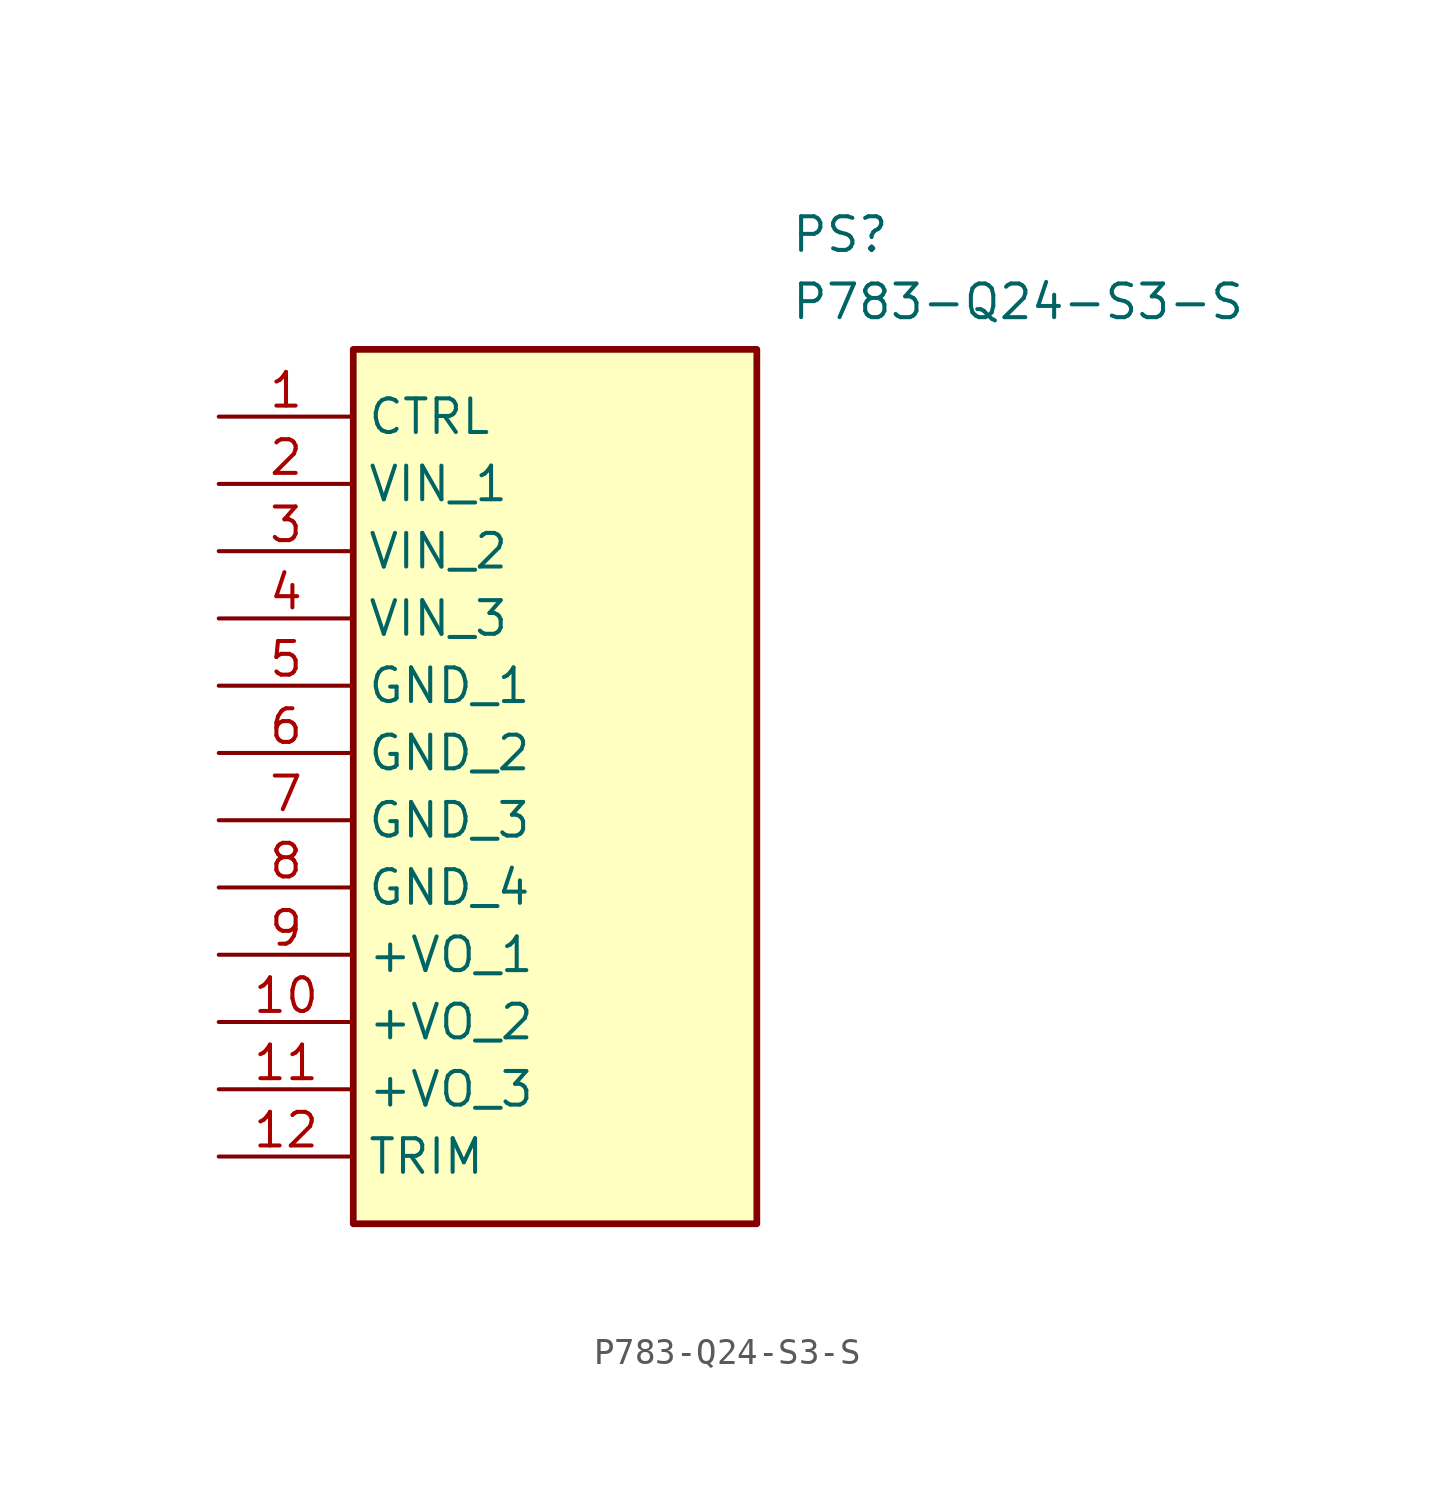
<source format=kicad_sym>
(kicad_symbol_lib
  (version 20211014)
  (generator SamacSys_ECAD_Model)
  (symbol "P783-Q24-S3-S"
    (property "Reference" "PS"
      (at 21.59 7.62 0)
      (effects (font (size 1.27 1.27)) (justify left top)))
    (property "Value" "P783-Q24-S3-S"
      (at 21.59 5.08 0)
      (effects (font (size 1.27 1.27)) (justify left top)))
    (rectangle
      (start 5.08 2.54)
      (end 20.32 -30.48)
      (stroke (width 0.254) (type default))
      (fill (type background)))
    (pin passive line
      (at 0 0 0)
      (length 5.08)
      (name "CTRL" (effects (font (size 1.27 1.27))))
      (number "1" (effects (font (size 1.27 1.27)))))
    (pin passive line
      (at 0 -2.54 0)
      (length 5.08)
      (name "VIN_1" (effects (font (size 1.27 1.27))))
      (number "2" (effects (font (size 1.27 1.27)))))
    (pin passive line
      (at 0 -5.08 0)
      (length 5.08)
      (name "VIN_2" (effects (font (size 1.27 1.27))))
      (number "3" (effects (font (size 1.27 1.27)))))
    (pin passive line
      (at 0 -7.62 0)
      (length 5.08)
      (name "VIN_3" (effects (font (size 1.27 1.27))))
      (number "4" (effects (font (size 1.27 1.27)))))
    (pin passive line
      (at 0 -10.16 0)
      (length 5.08)
      (name "GND_1" (effects (font (size 1.27 1.27))))
      (number "5" (effects (font (size 1.27 1.27)))))
    (pin passive line
      (at 0 -12.7 0)
      (length 5.08)
      (name "GND_2" (effects (font (size 1.27 1.27))))
      (number "6" (effects (font (size 1.27 1.27)))))
    (pin passive line
      (at 0 -15.24 0)
      (length 5.08)
      (name "GND_3" (effects (font (size 1.27 1.27))))
      (number "7" (effects (font (size 1.27 1.27)))))
    (pin passive line
      (at 0 -17.78 0)
      (length 5.08)
      (name "GND_4" (effects (font (size 1.27 1.27))))
      (number "8" (effects (font (size 1.27 1.27)))))
    (pin passive line
      (at 0 -20.32 0)
      (length 5.08)
      (name "+VO_1" (effects (font (size 1.27 1.27))))
      (number "9" (effects (font (size 1.27 1.27)))))
    (pin passive line
      (at 0 -22.86 0)
      (length 5.08)
      (name "+VO_2" (effects (font (size 1.27 1.27))))
      (number "10" (effects (font (size 1.27 1.27)))))
    (pin passive line
      (at 0 -25.4 0)
      (length 5.08)
      (name "+VO_3" (effects (font (size 1.27 1.27))))
      (number "11" (effects (font (size 1.27 1.27)))))
    (pin passive line
      (at 0 -27.94 0)
      (length 5.08)
      (name "TRIM" (effects (font (size 1.27 1.27))))
      (number "12" (effects (font (size 1.27 1.27)))))))
</source>
